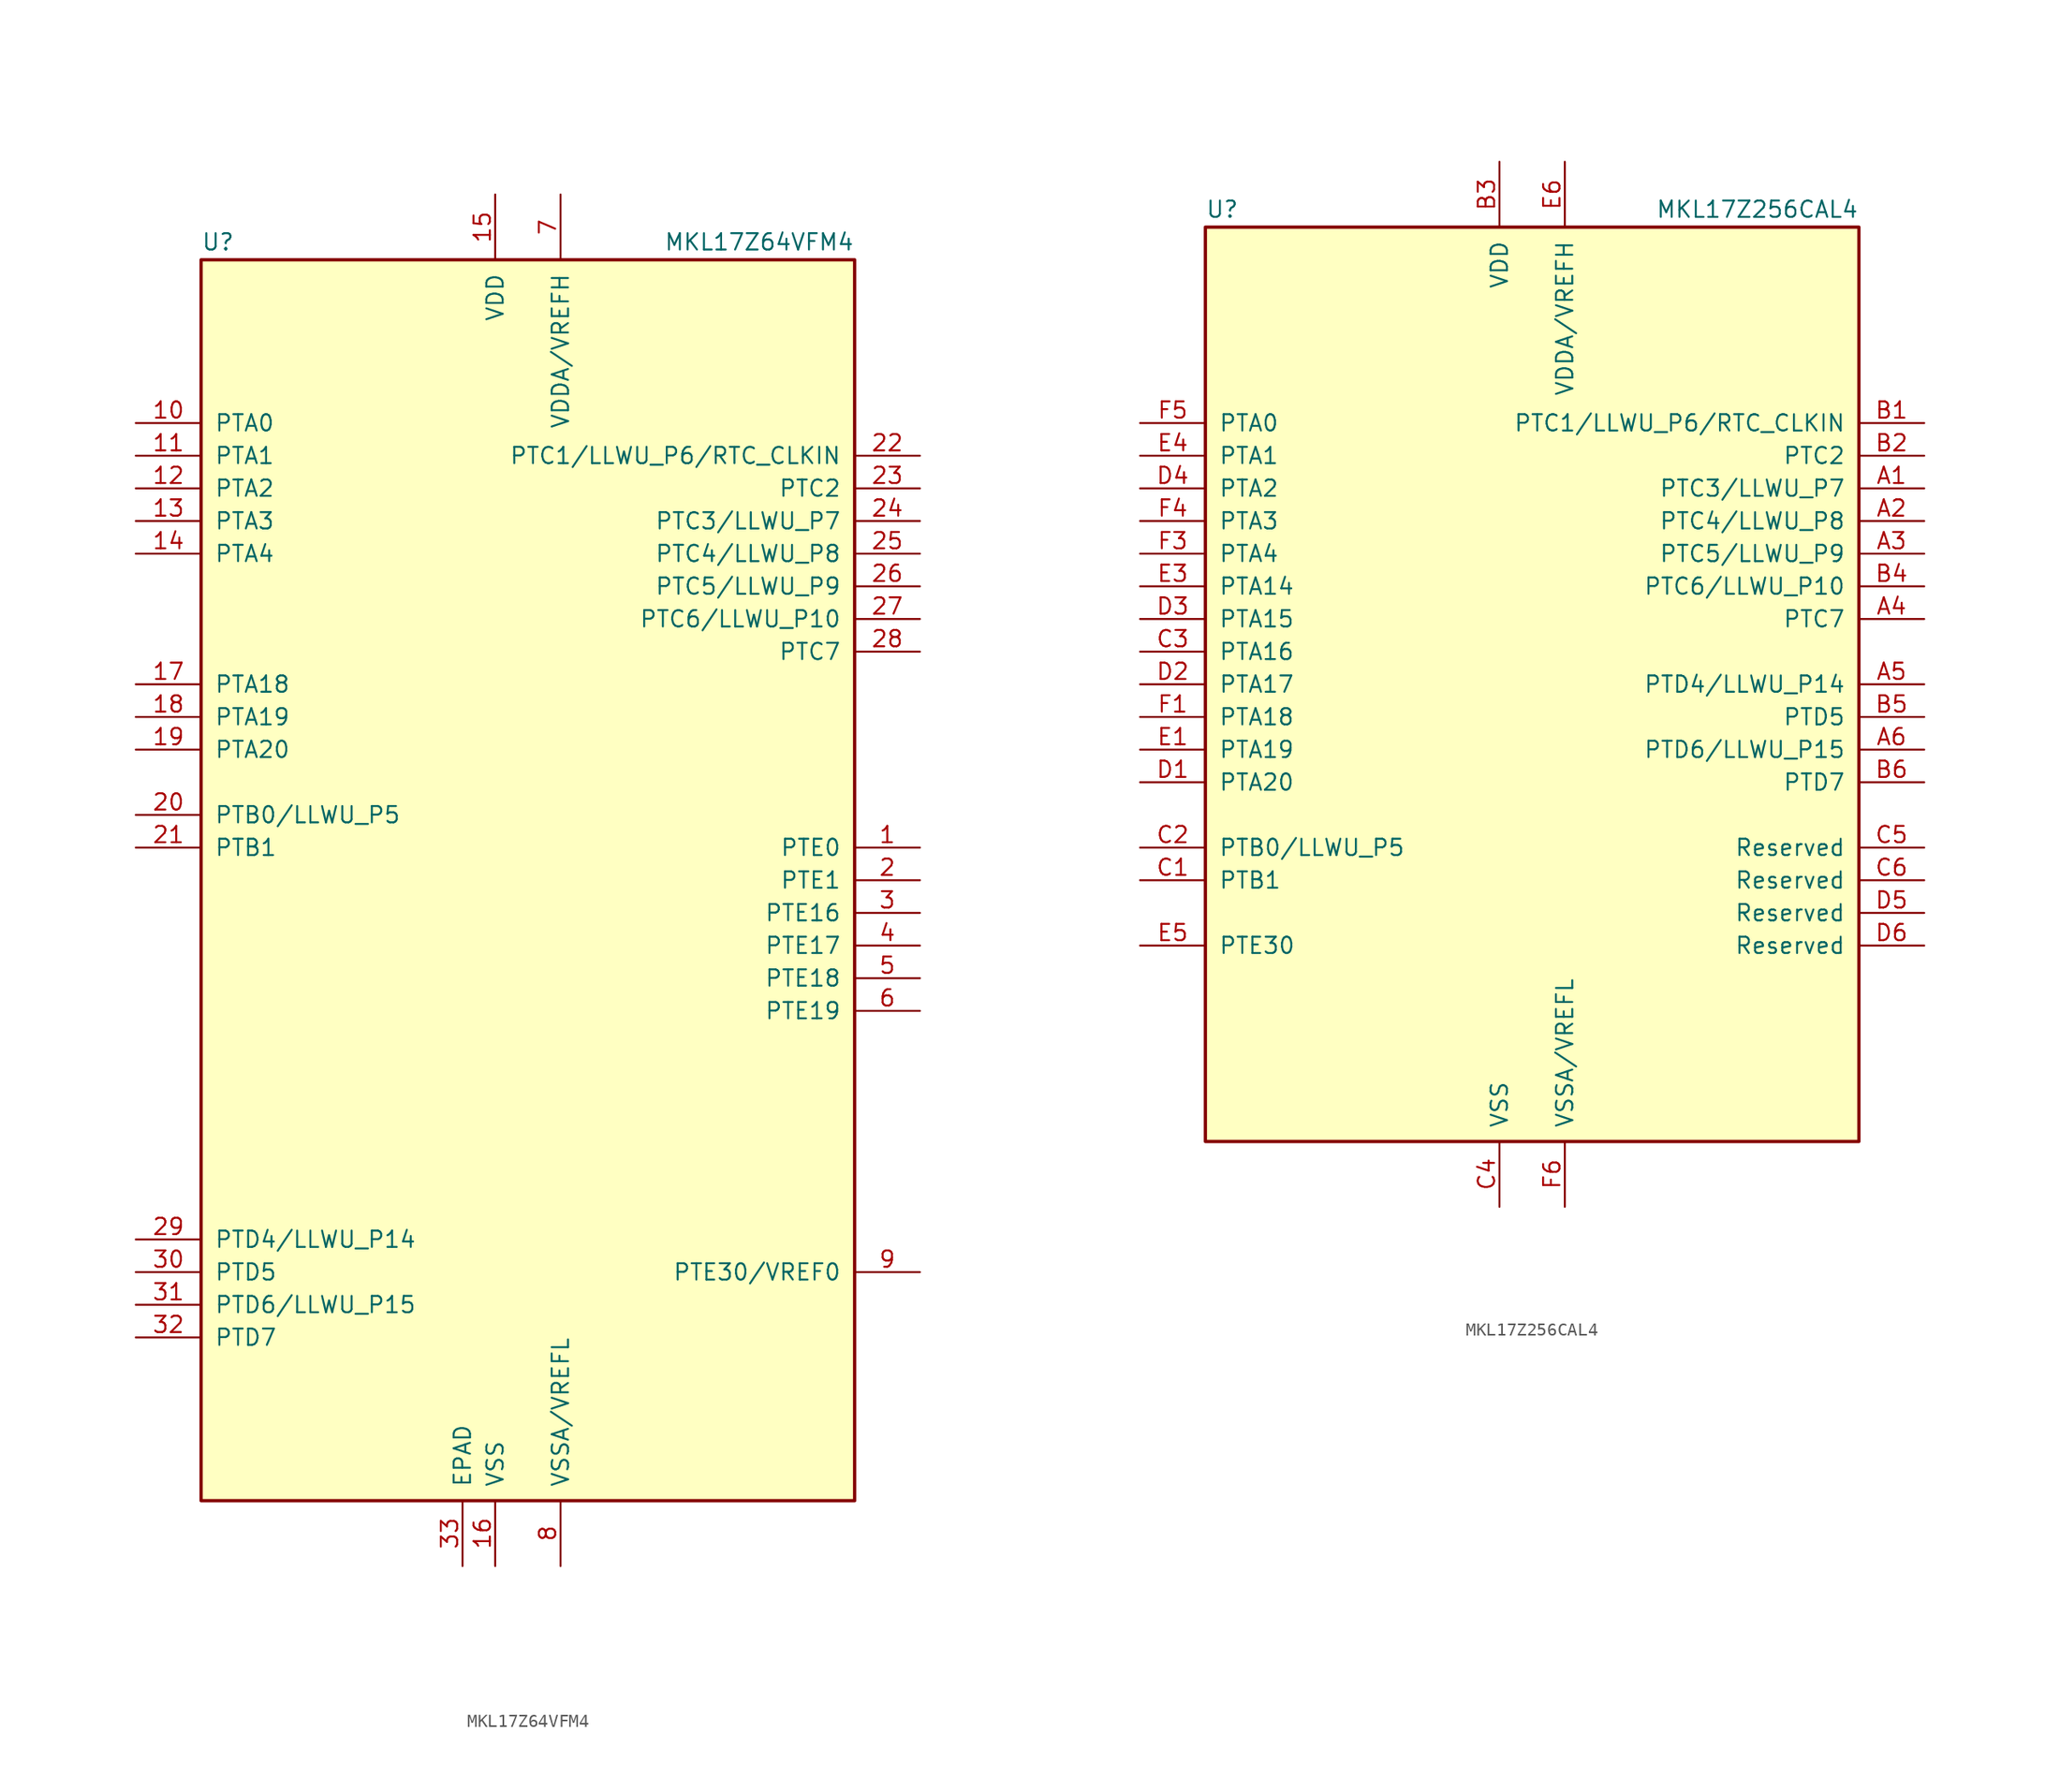
<source format=kicad_sym>
(kicad_symbol_lib
  (version 20241209)
  (generator "kicad_symbol_editor")
  (generator_version "9.0")
  (symbol "MKL17Z64VFM4"
    (pin_names
      (offset 1.016))
    (property "Reference" "U"
      (at -25.4 48.895 0)
      (effects (font (size 1.27 1.27)) (justify left bottom)))
    (property "Value" "MKL17Z64VFM4"
      (at 25.4 48.895 0)
      (effects (font (size 1.27 1.27)) (justify right bottom)))
    (symbol "MKL17Z64VFM4_0_1"
      (rectangle (start -25.4 48.26) (end 25.4 -48.26) (stroke (width 0.254) (type default)) (fill (type background))))
    (symbol "MKL17Z64VFM4_1_1"
      (pin bidirectional line (at -30.48 35.56 0) (length 5.08) (name "PTA0" (effects (font (size 1.27 1.27)))) (number "10" (effects (font (size 1.27 1.27)))))
      (pin bidirectional line (at -30.48 33.02 0) (length 5.08) (name "PTA1" (effects (font (size 1.27 1.27)))) (number "11" (effects (font (size 1.27 1.27)))))
      (pin bidirectional line (at -30.48 30.48 0) (length 5.08) (name "PTA2" (effects (font (size 1.27 1.27)))) (number "12" (effects (font (size 1.27 1.27)))))
      (pin bidirectional line (at -30.48 27.94 0) (length 5.08) (name "PTA3" (effects (font (size 1.27 1.27)))) (number "13" (effects (font (size 1.27 1.27)))))
      (pin bidirectional line (at -30.48 25.4 0) (length 5.08) (name "PTA4" (effects (font (size 1.27 1.27)))) (number "14" (effects (font (size 1.27 1.27)))))
      (pin bidirectional line (at -30.48 15.24 0) (length 5.08) (name "PTA18" (effects (font (size 1.27 1.27)))) (number "17" (effects (font (size 1.27 1.27)))))
      (pin bidirectional line (at -30.48 12.7 0) (length 5.08) (name "PTA19" (effects (font (size 1.27 1.27)))) (number "18" (effects (font (size 1.27 1.27)))))
      (pin bidirectional line (at -30.48 10.16 0) (length 5.08) (name "PTA20" (effects (font (size 1.27 1.27)))) (number "19" (effects (font (size 1.27 1.27)))))
      (pin bidirectional line (at -30.48 5.08 0) (length 5.08) (name "PTB0/LLWU_P5" (effects (font (size 1.27 1.27)))) (number "20" (effects (font (size 1.27 1.27)))))
      (pin bidirectional line (at -30.48 2.54 0) (length 5.08) (name "PTB1" (effects (font (size 1.27 1.27)))) (number "21" (effects (font (size 1.27 1.27)))))
      (pin bidirectional line (at -30.48 -27.94 0) (length 5.08) (name "PTD4/LLWU_P14" (effects (font (size 1.27 1.27)))) (number "29" (effects (font (size 1.27 1.27)))))
      (pin bidirectional line (at -30.48 -30.48 0) (length 5.08) (name "PTD5" (effects (font (size 1.27 1.27)))) (number "30" (effects (font (size 1.27 1.27)))))
      (pin bidirectional line (at -30.48 -33.02 0) (length 5.08) (name "PTD6/LLWU_P15" (effects (font (size 1.27 1.27)))) (number "31" (effects (font (size 1.27 1.27)))))
      (pin bidirectional line (at -30.48 -35.56 0) (length 5.08) (name "PTD7" (effects (font (size 1.27 1.27)))) (number "32" (effects (font (size 1.27 1.27)))))
      (pin power_in line (at -5.08 -53.34 90) (length 5.08) (name "EPAD" (effects (font (size 1.27 1.27)))) (number "33" (effects (font (size 1.27 1.27)))))
      (pin power_in line (at -2.54 53.34 270) (length 5.08) (name "VDD" (effects (font (size 1.27 1.27)))) (number "15" (effects (font (size 1.27 1.27)))))
      (pin power_in line (at -2.54 -53.34 90) (length 5.08) (name "VSS" (effects (font (size 1.27 1.27)))) (number "16" (effects (font (size 1.27 1.27)))))
      (pin power_in line (at 2.54 53.34 270) (length 5.08) (name "VDDA/VREFH" (effects (font (size 1.27 1.27)))) (number "7" (effects (font (size 1.27 1.27)))))
      (pin power_in line (at 2.54 -53.34 90) (length 5.08) (name "VSSA/VREFL" (effects (font (size 1.27 1.27)))) (number "8" (effects (font (size 1.27 1.27)))))
      (pin bidirectional line (at 30.48 33.02 180) (length 5.08) (name "PTC1/LLWU_P6/RTC_CLKIN" (effects (font (size 1.27 1.27)))) (number "22" (effects (font (size 1.27 1.27)))))
      (pin bidirectional line (at 30.48 30.48 180) (length 5.08) (name "PTC2" (effects (font (size 1.27 1.27)))) (number "23" (effects (font (size 1.27 1.27)))))
      (pin bidirectional line (at 30.48 27.94 180) (length 5.08) (name "PTC3/LLWU_P7" (effects (font (size 1.27 1.27)))) (number "24" (effects (font (size 1.27 1.27)))))
      (pin bidirectional line (at 30.48 25.4 180) (length 5.08) (name "PTC4/LLWU_P8" (effects (font (size 1.27 1.27)))) (number "25" (effects (font (size 1.27 1.27)))))
      (pin bidirectional line (at 30.48 22.86 180) (length 5.08) (name "PTC5/LLWU_P9" (effects (font (size 1.27 1.27)))) (number "26" (effects (font (size 1.27 1.27)))))
      (pin bidirectional line (at 30.48 20.32 180) (length 5.08) (name "PTC6/LLWU_P10" (effects (font (size 1.27 1.27)))) (number "27" (effects (font (size 1.27 1.27)))))
      (pin bidirectional line (at 30.48 17.78 180) (length 5.08) (name "PTC7" (effects (font (size 1.27 1.27)))) (number "28" (effects (font (size 1.27 1.27)))))
      (pin bidirectional line (at 30.48 2.54 180) (length 5.08) (name "PTE0" (effects (font (size 1.27 1.27)))) (number "1" (effects (font (size 1.27 1.27)))))
      (pin bidirectional line (at 30.48 0 180) (length 5.08) (name "PTE1" (effects (font (size 1.27 1.27)))) (number "2" (effects (font (size 1.27 1.27)))))
      (pin bidirectional line (at 30.48 -2.54 180) (length 5.08) (name "PTE16" (effects (font (size 1.27 1.27)))) (number "3" (effects (font (size 1.27 1.27)))))
      (pin bidirectional line (at 30.48 -5.08 180) (length 5.08) (name "PTE17" (effects (font (size 1.27 1.27)))) (number "4" (effects (font (size 1.27 1.27)))))
      (pin bidirectional line (at 30.48 -7.62 180) (length 5.08) (name "PTE18" (effects (font (size 1.27 1.27)))) (number "5" (effects (font (size 1.27 1.27)))))
      (pin bidirectional line (at 30.48 -10.16 180) (length 5.08) (name "PTE19" (effects (font (size 1.27 1.27)))) (number "6" (effects (font (size 1.27 1.27)))))
      (pin bidirectional line (at 30.48 -30.48 180) (length 5.08) (name "PTE30/VREF0" (effects (font (size 1.27 1.27)))) (number "9" (effects (font (size 1.27 1.27)))))))
  (symbol "MKL17Z256CAL4"
    (pin_names
      (offset 1.016))
    (property "Reference" "U"
      (at -25.4 36.195 0)
      (effects (font (size 1.27 1.27)) (justify left bottom)))
    (property "Value" "MKL17Z256CAL4"
      (at 25.4 36.195 0)
      (effects (font (size 1.27 1.27)) (justify right bottom)))
    (symbol "MKL17Z256CAL4_0_1"
      (rectangle (start -25.4 35.56) (end 25.4 -35.56) (stroke (width 0.254) (type default)) (fill (type background))))
    (symbol "MKL17Z256CAL4_1_1"
      (pin bidirectional line (at -30.48 20.32 0) (length 5.08) (name "PTA0" (effects (font (size 1.27 1.27)))) (number "F5" (effects (font (size 1.27 1.27)))))
      (pin bidirectional line (at -30.48 17.78 0) (length 5.08) (name "PTA1" (effects (font (size 1.27 1.27)))) (number "E4" (effects (font (size 1.27 1.27)))))
      (pin bidirectional line (at -30.48 15.24 0) (length 5.08) (name "PTA2" (effects (font (size 1.27 1.27)))) (number "D4" (effects (font (size 1.27 1.27)))))
      (pin bidirectional line (at -30.48 12.7 0) (length 5.08) (name "PTA3" (effects (font (size 1.27 1.27)))) (number "F4" (effects (font (size 1.27 1.27)))))
      (pin bidirectional line (at -30.48 10.16 0) (length 5.08) (name "PTA4" (effects (font (size 1.27 1.27)))) (number "F3" (effects (font (size 1.27 1.27)))))
      (pin bidirectional line (at -30.48 7.62 0) (length 5.08) (name "PTA14" (effects (font (size 1.27 1.27)))) (number "E3" (effects (font (size 1.27 1.27)))))
      (pin bidirectional line (at -30.48 5.08 0) (length 5.08) (name "PTA15" (effects (font (size 1.27 1.27)))) (number "D3" (effects (font (size 1.27 1.27)))))
      (pin bidirectional line (at -30.48 2.54 0) (length 5.08) (name "PTA16" (effects (font (size 1.27 1.27)))) (number "C3" (effects (font (size 1.27 1.27)))))
      (pin bidirectional line (at -30.48 0 0) (length 5.08) (name "PTA17" (effects (font (size 1.27 1.27)))) (number "D2" (effects (font (size 1.27 1.27)))))
      (pin bidirectional line (at -30.48 -2.54 0) (length 5.08) (name "PTA18" (effects (font (size 1.27 1.27)))) (number "F1" (effects (font (size 1.27 1.27)))))
      (pin bidirectional line (at -30.48 -5.08 0) (length 5.08) (name "PTA19" (effects (font (size 1.27 1.27)))) (number "E1" (effects (font (size 1.27 1.27)))))
      (pin bidirectional line (at -30.48 -7.62 0) (length 5.08) (name "PTA20" (effects (font (size 1.27 1.27)))) (number "D1" (effects (font (size 1.27 1.27)))))
      (pin bidirectional line (at -30.48 -12.7 0) (length 5.08) (name "PTB0/LLWU_P5" (effects (font (size 1.27 1.27)))) (number "C2" (effects (font (size 1.27 1.27)))))
      (pin bidirectional line (at -30.48 -15.24 0) (length 5.08) (name "PTB1" (effects (font (size 1.27 1.27)))) (number "C1" (effects (font (size 1.27 1.27)))))
      (pin bidirectional line (at -30.48 -20.32 0) (length 5.08) (name "PTE30" (effects (font (size 1.27 1.27)))) (number "E5" (effects (font (size 1.27 1.27)))))
      (pin power_in line (at -2.54 40.64 270) (length 5.08) (name "VDD" (effects (font (size 1.27 1.27)))) (number "B3" (effects (font (size 1.27 1.27)))))
      (pin passive line (at -2.54 40.64 270) (length 5.08) (hide yes) (name "VDD" (effects (font (size 1.27 1.27)))) (number "E2" (effects (font (size 1.27 1.27)))))
      (pin power_in line (at -2.54 -40.64 90) (length 5.08) (name "VSS" (effects (font (size 1.27 1.27)))) (number "C4" (effects (font (size 1.27 1.27)))))
      (pin passive line (at -2.54 -40.64 90) (length 5.08) (hide yes) (name "VSS" (effects (font (size 1.27 1.27)))) (number "F2" (effects (font (size 1.27 1.27)))))
      (pin power_in line (at 2.54 40.64 270) (length 5.08) (name "VDDA/VREFH" (effects (font (size 1.27 1.27)))) (number "E6" (effects (font (size 1.27 1.27)))))
      (pin power_in line (at 2.54 -40.64 90) (length 5.08) (name "VSSA/VREFL" (effects (font (size 1.27 1.27)))) (number "F6" (effects (font (size 1.27 1.27)))))
      (pin bidirectional line (at 30.48 20.32 180) (length 5.08) (name "PTC1/LLWU_P6/RTC_CLKIN" (effects (font (size 1.27 1.27)))) (number "B1" (effects (font (size 1.27 1.27)))))
      (pin bidirectional line (at 30.48 17.78 180) (length 5.08) (name "PTC2" (effects (font (size 1.27 1.27)))) (number "B2" (effects (font (size 1.27 1.27)))))
      (pin bidirectional line (at 30.48 15.24 180) (length 5.08) (name "PTC3/LLWU_P7" (effects (font (size 1.27 1.27)))) (number "A1" (effects (font (size 1.27 1.27)))))
      (pin bidirectional line (at 30.48 12.7 180) (length 5.08) (name "PTC4/LLWU_P8" (effects (font (size 1.27 1.27)))) (number "A2" (effects (font (size 1.27 1.27)))))
      (pin bidirectional line (at 30.48 10.16 180) (length 5.08) (name "PTC5/LLWU_P9" (effects (font (size 1.27 1.27)))) (number "A3" (effects (font (size 1.27 1.27)))))
      (pin bidirectional line (at 30.48 7.62 180) (length 5.08) (name "PTC6/LLWU_P10" (effects (font (size 1.27 1.27)))) (number "B4" (effects (font (size 1.27 1.27)))))
      (pin bidirectional line (at 30.48 5.08 180) (length 5.08) (name "PTC7" (effects (font (size 1.27 1.27)))) (number "A4" (effects (font (size 1.27 1.27)))))
      (pin bidirectional line (at 30.48 0 180) (length 5.08) (name "PTD4/LLWU_P14" (effects (font (size 1.27 1.27)))) (number "A5" (effects (font (size 1.27 1.27)))))
      (pin bidirectional line (at 30.48 -2.54 180) (length 5.08) (name "PTD5" (effects (font (size 1.27 1.27)))) (number "B5" (effects (font (size 1.27 1.27)))))
      (pin bidirectional line (at 30.48 -5.08 180) (length 5.08) (name "PTD6/LLWU_P15" (effects (font (size 1.27 1.27)))) (number "A6" (effects (font (size 1.27 1.27)))))
      (pin bidirectional line (at 30.48 -7.62 180) (length 5.08) (name "PTD7" (effects (font (size 1.27 1.27)))) (number "B6" (effects (font (size 1.27 1.27)))))
      (pin passive line (at 30.48 -12.7 180) (length 5.08) (name "Reserved" (effects (font (size 1.27 1.27)))) (number "C5" (effects (font (size 1.27 1.27)))))
      (pin passive line (at 30.48 -15.24 180) (length 5.08) (name "Reserved" (effects (font (size 1.27 1.27)))) (number "C6" (effects (font (size 1.27 1.27)))))
      (pin passive line (at 30.48 -17.78 180) (length 5.08) (name "Reserved" (effects (font (size 1.27 1.27)))) (number "D5" (effects (font (size 1.27 1.27)))))
      (pin passive line (at 30.48 -20.32 180) (length 5.08) (name "Reserved" (effects (font (size 1.27 1.27)))) (number "D6" (effects (font (size 1.27 1.27))))))))
</source>
